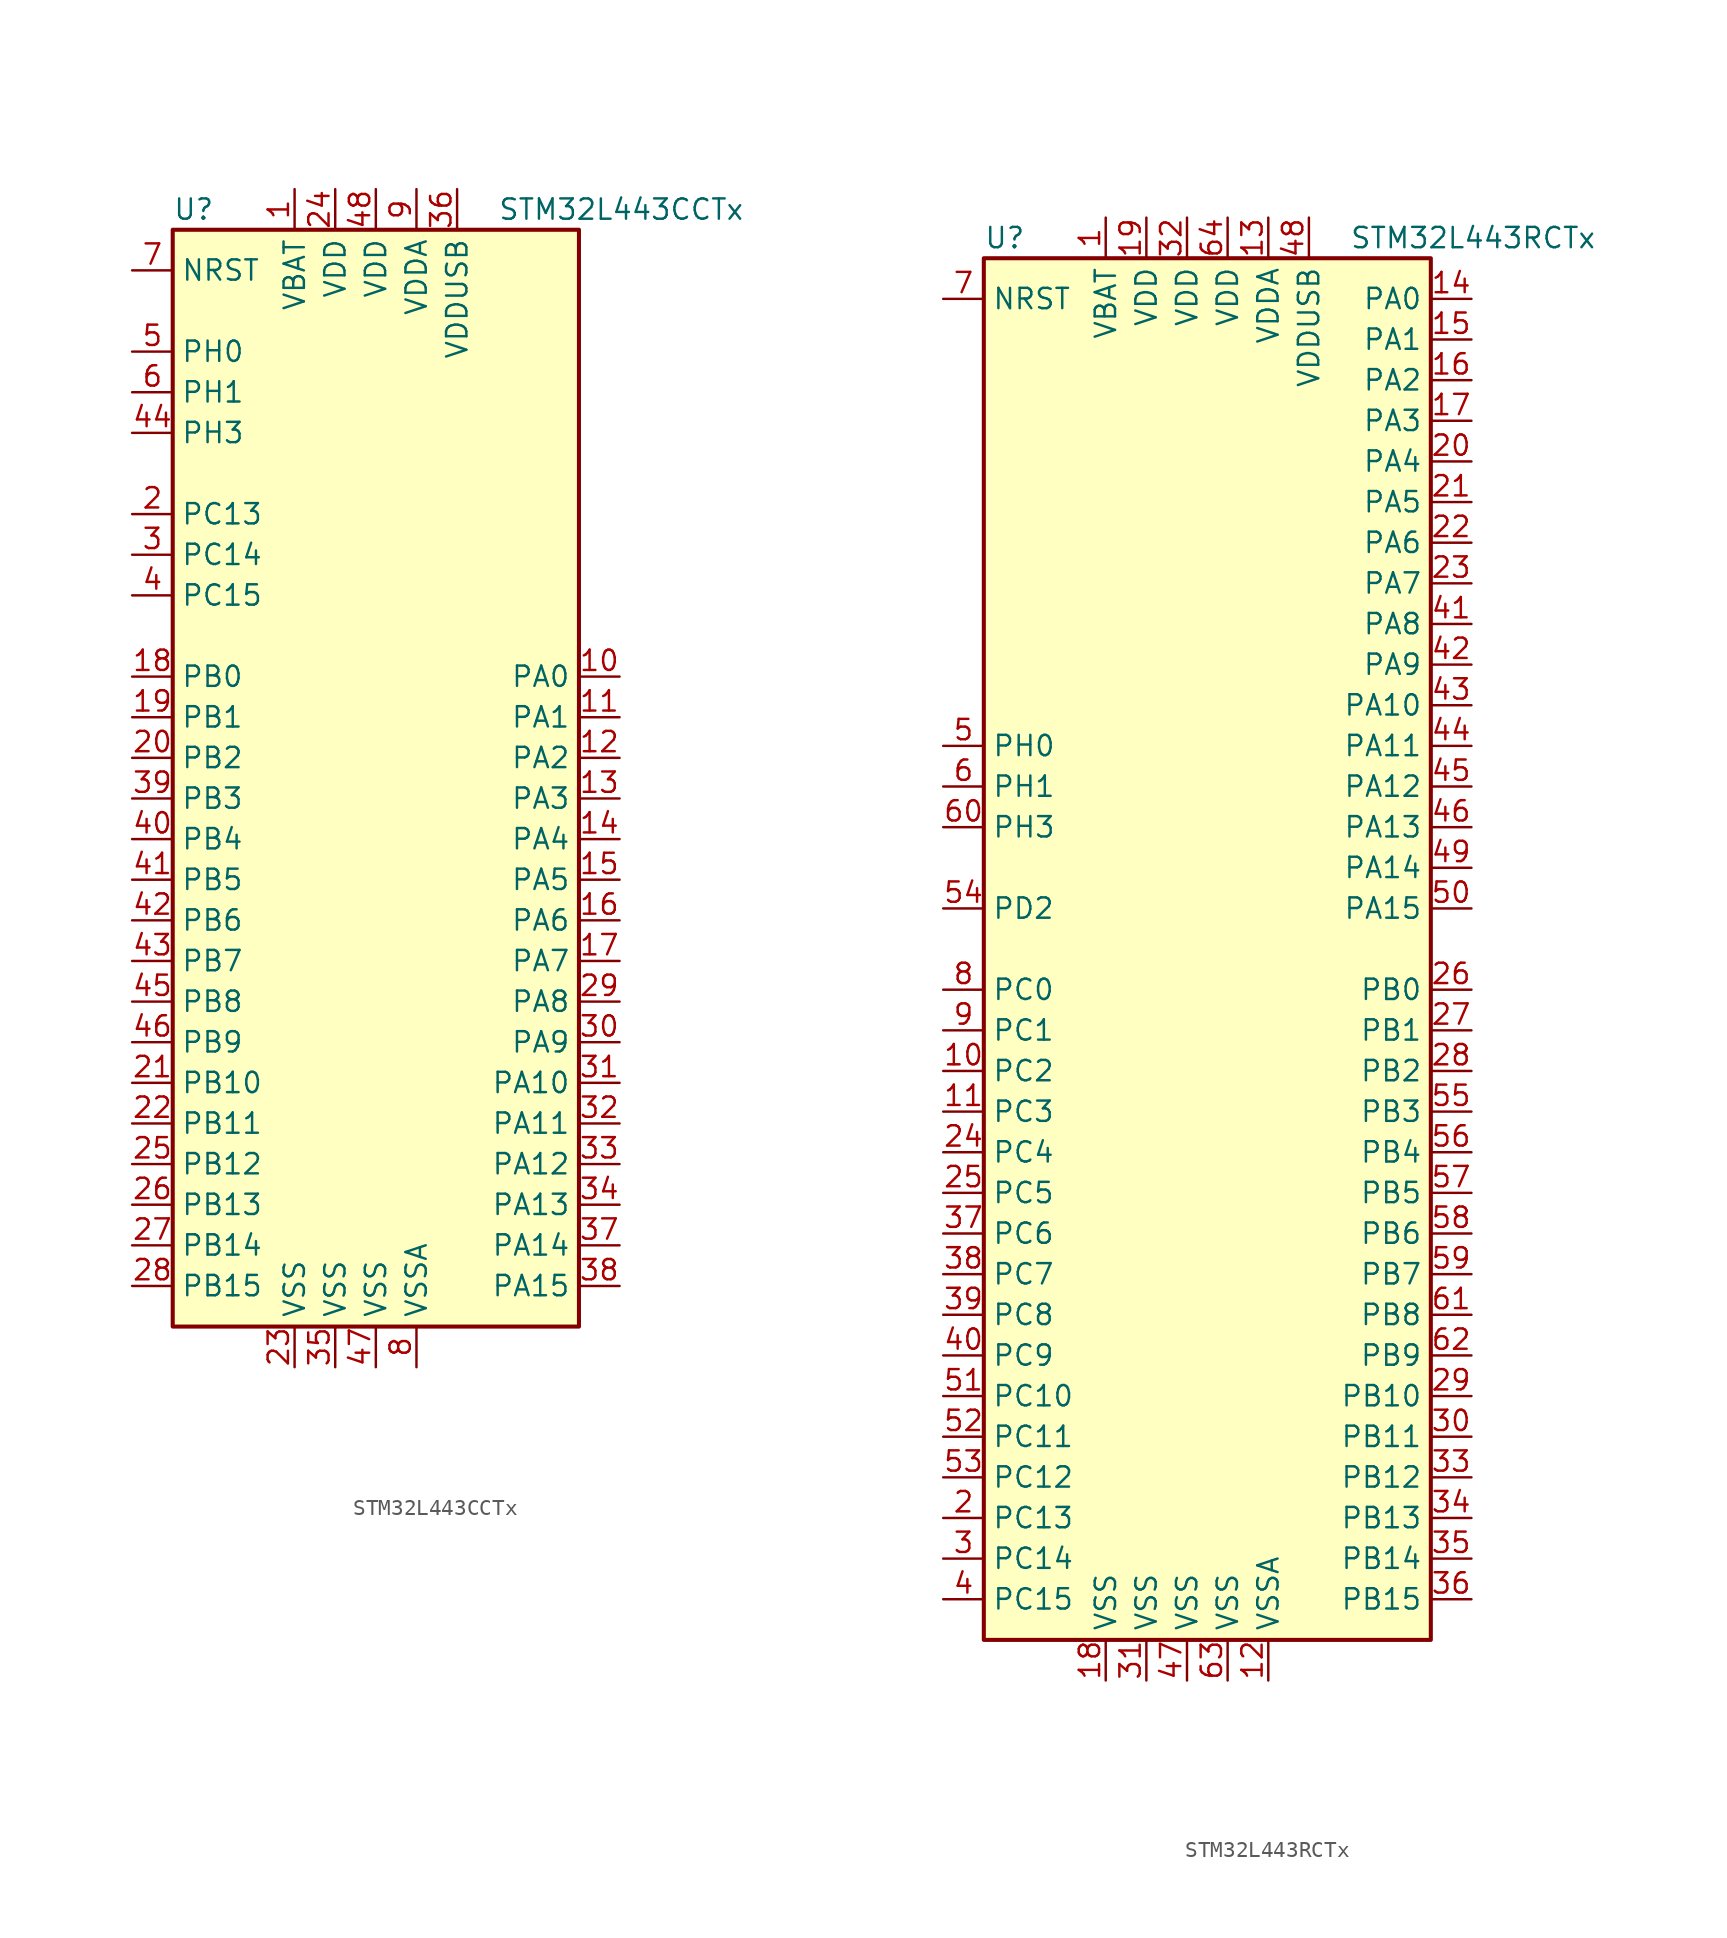
<source format=kicad_sym>
(kicad_symbol_lib
  (version 20211014)
  (generator kicad_symbol_editor)
  (symbol "STM32L443CCTx"
    (property "Reference" "U"
      (at -12.7 34.29 0)
      (effects (font (size 1.27 1.27)) (justify left)))
    (property "Value" "STM32L443CCTx"
      (at 7.62 34.29 0)
      (effects (font (size 1.27 1.27)) (justify left)))
    (symbol "STM32L443CCTx_0_1"
      (rectangle (start -12.7 -35.56) (end 12.7 33.02) (stroke (width 0.254) (type default) (color 0 0 0 0)) (fill (type background))))
    (symbol "STM32L443CCTx_1_1"
      (pin power_in line (at -5.08 35.56 270) (length 2.54) (name "VBAT" (effects (font (size 1.27 1.27)))) (number "1" (effects (font (size 1.27 1.27)))))
      (pin bidirectional line (at 15.24 5.08 180) (length 2.54) (name "PA0" (effects (font (size 1.27 1.27)))) (number "10" (effects (font (size 1.27 1.27)))))
      (pin bidirectional line (at 15.24 2.54 180) (length 2.54) (name "PA1" (effects (font (size 1.27 1.27)))) (number "11" (effects (font (size 1.27 1.27)))))
      (pin bidirectional line (at 15.24 0 180) (length 2.54) (name "PA2" (effects (font (size 1.27 1.27)))) (number "12" (effects (font (size 1.27 1.27)))))
      (pin bidirectional line (at 15.24 -2.54 180) (length 2.54) (name "PA3" (effects (font (size 1.27 1.27)))) (number "13" (effects (font (size 1.27 1.27)))))
      (pin bidirectional line (at 15.24 -5.08 180) (length 2.54) (name "PA4" (effects (font (size 1.27 1.27)))) (number "14" (effects (font (size 1.27 1.27)))))
      (pin bidirectional line (at 15.24 -7.62 180) (length 2.54) (name "PA5" (effects (font (size 1.27 1.27)))) (number "15" (effects (font (size 1.27 1.27)))))
      (pin bidirectional line (at 15.24 -10.16 180) (length 2.54) (name "PA6" (effects (font (size 1.27 1.27)))) (number "16" (effects (font (size 1.27 1.27)))))
      (pin bidirectional line (at 15.24 -12.7 180) (length 2.54) (name "PA7" (effects (font (size 1.27 1.27)))) (number "17" (effects (font (size 1.27 1.27)))))
      (pin bidirectional line (at -15.24 5.08 0) (length 2.54) (name "PB0" (effects (font (size 1.27 1.27)))) (number "18" (effects (font (size 1.27 1.27)))))
      (pin bidirectional line (at -15.24 2.54 0) (length 2.54) (name "PB1" (effects (font (size 1.27 1.27)))) (number "19" (effects (font (size 1.27 1.27)))))
      (pin bidirectional line (at -15.24 15.24 0) (length 2.54) (name "PC13" (effects (font (size 1.27 1.27)))) (number "2" (effects (font (size 1.27 1.27)))))
      (pin bidirectional line (at -15.24 0 0) (length 2.54) (name "PB2" (effects (font (size 1.27 1.27)))) (number "20" (effects (font (size 1.27 1.27)))))
      (pin bidirectional line (at -15.24 -20.32 0) (length 2.54) (name "PB10" (effects (font (size 1.27 1.27)))) (number "21" (effects (font (size 1.27 1.27)))))
      (pin bidirectional line (at -15.24 -22.86 0) (length 2.54) (name "PB11" (effects (font (size 1.27 1.27)))) (number "22" (effects (font (size 1.27 1.27)))))
      (pin power_in line (at -5.08 -38.1 90) (length 2.54) (name "VSS" (effects (font (size 1.27 1.27)))) (number "23" (effects (font (size 1.27 1.27)))))
      (pin power_in line (at -2.54 35.56 270) (length 2.54) (name "VDD" (effects (font (size 1.27 1.27)))) (number "24" (effects (font (size 1.27 1.27)))))
      (pin bidirectional line (at -15.24 -25.4 0) (length 2.54) (name "PB12" (effects (font (size 1.27 1.27)))) (number "25" (effects (font (size 1.27 1.27)))))
      (pin bidirectional line (at -15.24 -27.94 0) (length 2.54) (name "PB13" (effects (font (size 1.27 1.27)))) (number "26" (effects (font (size 1.27 1.27)))))
      (pin bidirectional line (at -15.24 -30.48 0) (length 2.54) (name "PB14" (effects (font (size 1.27 1.27)))) (number "27" (effects (font (size 1.27 1.27)))))
      (pin bidirectional line (at -15.24 -33.02 0) (length 2.54) (name "PB15" (effects (font (size 1.27 1.27)))) (number "28" (effects (font (size 1.27 1.27)))))
      (pin bidirectional line (at 15.24 -15.24 180) (length 2.54) (name "PA8" (effects (font (size 1.27 1.27)))) (number "29" (effects (font (size 1.27 1.27)))))
      (pin bidirectional line (at -15.24 12.7 0) (length 2.54) (name "PC14" (effects (font (size 1.27 1.27)))) (number "3" (effects (font (size 1.27 1.27)))))
      (pin bidirectional line (at 15.24 -17.78 180) (length 2.54) (name "PA9" (effects (font (size 1.27 1.27)))) (number "30" (effects (font (size 1.27 1.27)))))
      (pin bidirectional line (at 15.24 -20.32 180) (length 2.54) (name "PA10" (effects (font (size 1.27 1.27)))) (number "31" (effects (font (size 1.27 1.27)))))
      (pin bidirectional line (at 15.24 -22.86 180) (length 2.54) (name "PA11" (effects (font (size 1.27 1.27)))) (number "32" (effects (font (size 1.27 1.27)))))
      (pin bidirectional line (at 15.24 -25.4 180) (length 2.54) (name "PA12" (effects (font (size 1.27 1.27)))) (number "33" (effects (font (size 1.27 1.27)))))
      (pin bidirectional line (at 15.24 -27.94 180) (length 2.54) (name "PA13" (effects (font (size 1.27 1.27)))) (number "34" (effects (font (size 1.27 1.27)))))
      (pin power_in line (at -2.54 -38.1 90) (length 2.54) (name "VSS" (effects (font (size 1.27 1.27)))) (number "35" (effects (font (size 1.27 1.27)))))
      (pin power_in line (at 5.08 35.56 270) (length 2.54) (name "VDDUSB" (effects (font (size 1.27 1.27)))) (number "36" (effects (font (size 1.27 1.27)))))
      (pin bidirectional line (at 15.24 -30.48 180) (length 2.54) (name "PA14" (effects (font (size 1.27 1.27)))) (number "37" (effects (font (size 1.27 1.27)))))
      (pin bidirectional line (at 15.24 -33.02 180) (length 2.54) (name "PA15" (effects (font (size 1.27 1.27)))) (number "38" (effects (font (size 1.27 1.27)))))
      (pin bidirectional line (at -15.24 -2.54 0) (length 2.54) (name "PB3" (effects (font (size 1.27 1.27)))) (number "39" (effects (font (size 1.27 1.27)))))
      (pin bidirectional line (at -15.24 10.16 0) (length 2.54) (name "PC15" (effects (font (size 1.27 1.27)))) (number "4" (effects (font (size 1.27 1.27)))))
      (pin bidirectional line (at -15.24 -5.08 0) (length 2.54) (name "PB4" (effects (font (size 1.27 1.27)))) (number "40" (effects (font (size 1.27 1.27)))))
      (pin bidirectional line (at -15.24 -7.62 0) (length 2.54) (name "PB5" (effects (font (size 1.27 1.27)))) (number "41" (effects (font (size 1.27 1.27)))))
      (pin bidirectional line (at -15.24 -10.16 0) (length 2.54) (name "PB6" (effects (font (size 1.27 1.27)))) (number "42" (effects (font (size 1.27 1.27)))))
      (pin bidirectional line (at -15.24 -12.7 0) (length 2.54) (name "PB7" (effects (font (size 1.27 1.27)))) (number "43" (effects (font (size 1.27 1.27)))))
      (pin bidirectional line (at -15.24 20.32 0) (length 2.54) (name "PH3" (effects (font (size 1.27 1.27)))) (number "44" (effects (font (size 1.27 1.27)))))
      (pin bidirectional line (at -15.24 -15.24 0) (length 2.54) (name "PB8" (effects (font (size 1.27 1.27)))) (number "45" (effects (font (size 1.27 1.27)))))
      (pin bidirectional line (at -15.24 -17.78 0) (length 2.54) (name "PB9" (effects (font (size 1.27 1.27)))) (number "46" (effects (font (size 1.27 1.27)))))
      (pin power_in line (at 0 -38.1 90) (length 2.54) (name "VSS" (effects (font (size 1.27 1.27)))) (number "47" (effects (font (size 1.27 1.27)))))
      (pin power_in line (at 0 35.56 270) (length 2.54) (name "VDD" (effects (font (size 1.27 1.27)))) (number "48" (effects (font (size 1.27 1.27)))))
      (pin input line (at -15.24 25.4 0) (length 2.54) (name "PH0" (effects (font (size 1.27 1.27)))) (number "5" (effects (font (size 1.27 1.27)))))
      (pin input line (at -15.24 22.86 0) (length 2.54) (name "PH1" (effects (font (size 1.27 1.27)))) (number "6" (effects (font (size 1.27 1.27)))))
      (pin input line (at -15.24 30.48 0) (length 2.54) (name "NRST" (effects (font (size 1.27 1.27)))) (number "7" (effects (font (size 1.27 1.27)))))
      (pin power_in line (at 2.54 -38.1 90) (length 2.54) (name "VSSA" (effects (font (size 1.27 1.27)))) (number "8" (effects (font (size 1.27 1.27)))))
      (pin power_in line (at 2.54 35.56 270) (length 2.54) (name "VDDA" (effects (font (size 1.27 1.27)))) (number "9" (effects (font (size 1.27 1.27)))))))
  (symbol "STM32L443RCTx"
    (property "Reference" "U"
      (at -15.24 44.45 0)
      (effects (font (size 1.27 1.27)) (justify left)))
    (property "Value" "STM32L443RCTx"
      (at 7.62 44.45 0)
      (effects (font (size 1.27 1.27)) (justify left)))
    (symbol "STM32L443RCTx_0_1"
      (rectangle (start -15.24 -43.18) (end 12.7 43.18) (stroke (width 0.254) (type default) (color 0 0 0 0)) (fill (type background))))
    (symbol "STM32L443RCTx_1_1"
      (pin power_in line (at -7.62 45.72 270) (length 2.54) (name "VBAT" (effects (font (size 1.27 1.27)))) (number "1" (effects (font (size 1.27 1.27)))))
      (pin bidirectional line (at -17.78 -7.62 0) (length 2.54) (name "PC2" (effects (font (size 1.27 1.27)))) (number "10" (effects (font (size 1.27 1.27)))))
      (pin bidirectional line (at -17.78 -10.16 0) (length 2.54) (name "PC3" (effects (font (size 1.27 1.27)))) (number "11" (effects (font (size 1.27 1.27)))))
      (pin power_in line (at 2.54 -45.72 90) (length 2.54) (name "VSSA" (effects (font (size 1.27 1.27)))) (number "12" (effects (font (size 1.27 1.27)))))
      (pin power_in line (at 2.54 45.72 270) (length 2.54) (name "VDDA" (effects (font (size 1.27 1.27)))) (number "13" (effects (font (size 1.27 1.27)))))
      (pin bidirectional line (at 15.24 40.64 180) (length 2.54) (name "PA0" (effects (font (size 1.27 1.27)))) (number "14" (effects (font (size 1.27 1.27)))))
      (pin bidirectional line (at 15.24 38.1 180) (length 2.54) (name "PA1" (effects (font (size 1.27 1.27)))) (number "15" (effects (font (size 1.27 1.27)))))
      (pin bidirectional line (at 15.24 35.56 180) (length 2.54) (name "PA2" (effects (font (size 1.27 1.27)))) (number "16" (effects (font (size 1.27 1.27)))))
      (pin bidirectional line (at 15.24 33.02 180) (length 2.54) (name "PA3" (effects (font (size 1.27 1.27)))) (number "17" (effects (font (size 1.27 1.27)))))
      (pin power_in line (at -7.62 -45.72 90) (length 2.54) (name "VSS" (effects (font (size 1.27 1.27)))) (number "18" (effects (font (size 1.27 1.27)))))
      (pin power_in line (at -5.08 45.72 270) (length 2.54) (name "VDD" (effects (font (size 1.27 1.27)))) (number "19" (effects (font (size 1.27 1.27)))))
      (pin bidirectional line (at -17.78 -35.56 0) (length 2.54) (name "PC13" (effects (font (size 1.27 1.27)))) (number "2" (effects (font (size 1.27 1.27)))))
      (pin bidirectional line (at 15.24 30.48 180) (length 2.54) (name "PA4" (effects (font (size 1.27 1.27)))) (number "20" (effects (font (size 1.27 1.27)))))
      (pin bidirectional line (at 15.24 27.94 180) (length 2.54) (name "PA5" (effects (font (size 1.27 1.27)))) (number "21" (effects (font (size 1.27 1.27)))))
      (pin bidirectional line (at 15.24 25.4 180) (length 2.54) (name "PA6" (effects (font (size 1.27 1.27)))) (number "22" (effects (font (size 1.27 1.27)))))
      (pin bidirectional line (at 15.24 22.86 180) (length 2.54) (name "PA7" (effects (font (size 1.27 1.27)))) (number "23" (effects (font (size 1.27 1.27)))))
      (pin bidirectional line (at -17.78 -12.7 0) (length 2.54) (name "PC4" (effects (font (size 1.27 1.27)))) (number "24" (effects (font (size 1.27 1.27)))))
      (pin bidirectional line (at -17.78 -15.24 0) (length 2.54) (name "PC5" (effects (font (size 1.27 1.27)))) (number "25" (effects (font (size 1.27 1.27)))))
      (pin bidirectional line (at 15.24 -2.54 180) (length 2.54) (name "PB0" (effects (font (size 1.27 1.27)))) (number "26" (effects (font (size 1.27 1.27)))))
      (pin bidirectional line (at 15.24 -5.08 180) (length 2.54) (name "PB1" (effects (font (size 1.27 1.27)))) (number "27" (effects (font (size 1.27 1.27)))))
      (pin bidirectional line (at 15.24 -7.62 180) (length 2.54) (name "PB2" (effects (font (size 1.27 1.27)))) (number "28" (effects (font (size 1.27 1.27)))))
      (pin bidirectional line (at 15.24 -27.94 180) (length 2.54) (name "PB10" (effects (font (size 1.27 1.27)))) (number "29" (effects (font (size 1.27 1.27)))))
      (pin bidirectional line (at -17.78 -38.1 0) (length 2.54) (name "PC14" (effects (font (size 1.27 1.27)))) (number "3" (effects (font (size 1.27 1.27)))))
      (pin bidirectional line (at 15.24 -30.48 180) (length 2.54) (name "PB11" (effects (font (size 1.27 1.27)))) (number "30" (effects (font (size 1.27 1.27)))))
      (pin power_in line (at -5.08 -45.72 90) (length 2.54) (name "VSS" (effects (font (size 1.27 1.27)))) (number "31" (effects (font (size 1.27 1.27)))))
      (pin power_in line (at -2.54 45.72 270) (length 2.54) (name "VDD" (effects (font (size 1.27 1.27)))) (number "32" (effects (font (size 1.27 1.27)))))
      (pin bidirectional line (at 15.24 -33.02 180) (length 2.54) (name "PB12" (effects (font (size 1.27 1.27)))) (number "33" (effects (font (size 1.27 1.27)))))
      (pin bidirectional line (at 15.24 -35.56 180) (length 2.54) (name "PB13" (effects (font (size 1.27 1.27)))) (number "34" (effects (font (size 1.27 1.27)))))
      (pin bidirectional line (at 15.24 -38.1 180) (length 2.54) (name "PB14" (effects (font (size 1.27 1.27)))) (number "35" (effects (font (size 1.27 1.27)))))
      (pin bidirectional line (at 15.24 -40.64 180) (length 2.54) (name "PB15" (effects (font (size 1.27 1.27)))) (number "36" (effects (font (size 1.27 1.27)))))
      (pin bidirectional line (at -17.78 -17.78 0) (length 2.54) (name "PC6" (effects (font (size 1.27 1.27)))) (number "37" (effects (font (size 1.27 1.27)))))
      (pin bidirectional line (at -17.78 -20.32 0) (length 2.54) (name "PC7" (effects (font (size 1.27 1.27)))) (number "38" (effects (font (size 1.27 1.27)))))
      (pin bidirectional line (at -17.78 -22.86 0) (length 2.54) (name "PC8" (effects (font (size 1.27 1.27)))) (number "39" (effects (font (size 1.27 1.27)))))
      (pin bidirectional line (at -17.78 -40.64 0) (length 2.54) (name "PC15" (effects (font (size 1.27 1.27)))) (number "4" (effects (font (size 1.27 1.27)))))
      (pin bidirectional line (at -17.78 -25.4 0) (length 2.54) (name "PC9" (effects (font (size 1.27 1.27)))) (number "40" (effects (font (size 1.27 1.27)))))
      (pin bidirectional line (at 15.24 20.32 180) (length 2.54) (name "PA8" (effects (font (size 1.27 1.27)))) (number "41" (effects (font (size 1.27 1.27)))))
      (pin bidirectional line (at 15.24 17.78 180) (length 2.54) (name "PA9" (effects (font (size 1.27 1.27)))) (number "42" (effects (font (size 1.27 1.27)))))
      (pin bidirectional line (at 15.24 15.24 180) (length 2.54) (name "PA10" (effects (font (size 1.27 1.27)))) (number "43" (effects (font (size 1.27 1.27)))))
      (pin bidirectional line (at 15.24 12.7 180) (length 2.54) (name "PA11" (effects (font (size 1.27 1.27)))) (number "44" (effects (font (size 1.27 1.27)))))
      (pin bidirectional line (at 15.24 10.16 180) (length 2.54) (name "PA12" (effects (font (size 1.27 1.27)))) (number "45" (effects (font (size 1.27 1.27)))))
      (pin bidirectional line (at 15.24 7.62 180) (length 2.54) (name "PA13" (effects (font (size 1.27 1.27)))) (number "46" (effects (font (size 1.27 1.27)))))
      (pin power_in line (at -2.54 -45.72 90) (length 2.54) (name "VSS" (effects (font (size 1.27 1.27)))) (number "47" (effects (font (size 1.27 1.27)))))
      (pin power_in line (at 5.08 45.72 270) (length 2.54) (name "VDDUSB" (effects (font (size 1.27 1.27)))) (number "48" (effects (font (size 1.27 1.27)))))
      (pin bidirectional line (at 15.24 5.08 180) (length 2.54) (name "PA14" (effects (font (size 1.27 1.27)))) (number "49" (effects (font (size 1.27 1.27)))))
      (pin input line (at -17.78 12.7 0) (length 2.54) (name "PH0" (effects (font (size 1.27 1.27)))) (number "5" (effects (font (size 1.27 1.27)))))
      (pin bidirectional line (at 15.24 2.54 180) (length 2.54) (name "PA15" (effects (font (size 1.27 1.27)))) (number "50" (effects (font (size 1.27 1.27)))))
      (pin bidirectional line (at -17.78 -27.94 0) (length 2.54) (name "PC10" (effects (font (size 1.27 1.27)))) (number "51" (effects (font (size 1.27 1.27)))))
      (pin bidirectional line (at -17.78 -30.48 0) (length 2.54) (name "PC11" (effects (font (size 1.27 1.27)))) (number "52" (effects (font (size 1.27 1.27)))))
      (pin bidirectional line (at -17.78 -33.02 0) (length 2.54) (name "PC12" (effects (font (size 1.27 1.27)))) (number "53" (effects (font (size 1.27 1.27)))))
      (pin bidirectional line (at -17.78 2.54 0) (length 2.54) (name "PD2" (effects (font (size 1.27 1.27)))) (number "54" (effects (font (size 1.27 1.27)))))
      (pin bidirectional line (at 15.24 -10.16 180) (length 2.54) (name "PB3" (effects (font (size 1.27 1.27)))) (number "55" (effects (font (size 1.27 1.27)))))
      (pin bidirectional line (at 15.24 -12.7 180) (length 2.54) (name "PB4" (effects (font (size 1.27 1.27)))) (number "56" (effects (font (size 1.27 1.27)))))
      (pin bidirectional line (at 15.24 -15.24 180) (length 2.54) (name "PB5" (effects (font (size 1.27 1.27)))) (number "57" (effects (font (size 1.27 1.27)))))
      (pin bidirectional line (at 15.24 -17.78 180) (length 2.54) (name "PB6" (effects (font (size 1.27 1.27)))) (number "58" (effects (font (size 1.27 1.27)))))
      (pin bidirectional line (at 15.24 -20.32 180) (length 2.54) (name "PB7" (effects (font (size 1.27 1.27)))) (number "59" (effects (font (size 1.27 1.27)))))
      (pin input line (at -17.78 10.16 0) (length 2.54) (name "PH1" (effects (font (size 1.27 1.27)))) (number "6" (effects (font (size 1.27 1.27)))))
      (pin bidirectional line (at -17.78 7.62 0) (length 2.54) (name "PH3" (effects (font (size 1.27 1.27)))) (number "60" (effects (font (size 1.27 1.27)))))
      (pin bidirectional line (at 15.24 -22.86 180) (length 2.54) (name "PB8" (effects (font (size 1.27 1.27)))) (number "61" (effects (font (size 1.27 1.27)))))
      (pin bidirectional line (at 15.24 -25.4 180) (length 2.54) (name "PB9" (effects (font (size 1.27 1.27)))) (number "62" (effects (font (size 1.27 1.27)))))
      (pin power_in line (at 0 -45.72 90) (length 2.54) (name "VSS" (effects (font (size 1.27 1.27)))) (number "63" (effects (font (size 1.27 1.27)))))
      (pin power_in line (at 0 45.72 270) (length 2.54) (name "VDD" (effects (font (size 1.27 1.27)))) (number "64" (effects (font (size 1.27 1.27)))))
      (pin input line (at -17.78 40.64 0) (length 2.54) (name "NRST" (effects (font (size 1.27 1.27)))) (number "7" (effects (font (size 1.27 1.27)))))
      (pin bidirectional line (at -17.78 -2.54 0) (length 2.54) (name "PC0" (effects (font (size 1.27 1.27)))) (number "8" (effects (font (size 1.27 1.27)))))
      (pin bidirectional line (at -17.78 -5.08 0) (length 2.54) (name "PC1" (effects (font (size 1.27 1.27)))) (number "9" (effects (font (size 1.27 1.27))))))))
</source>
